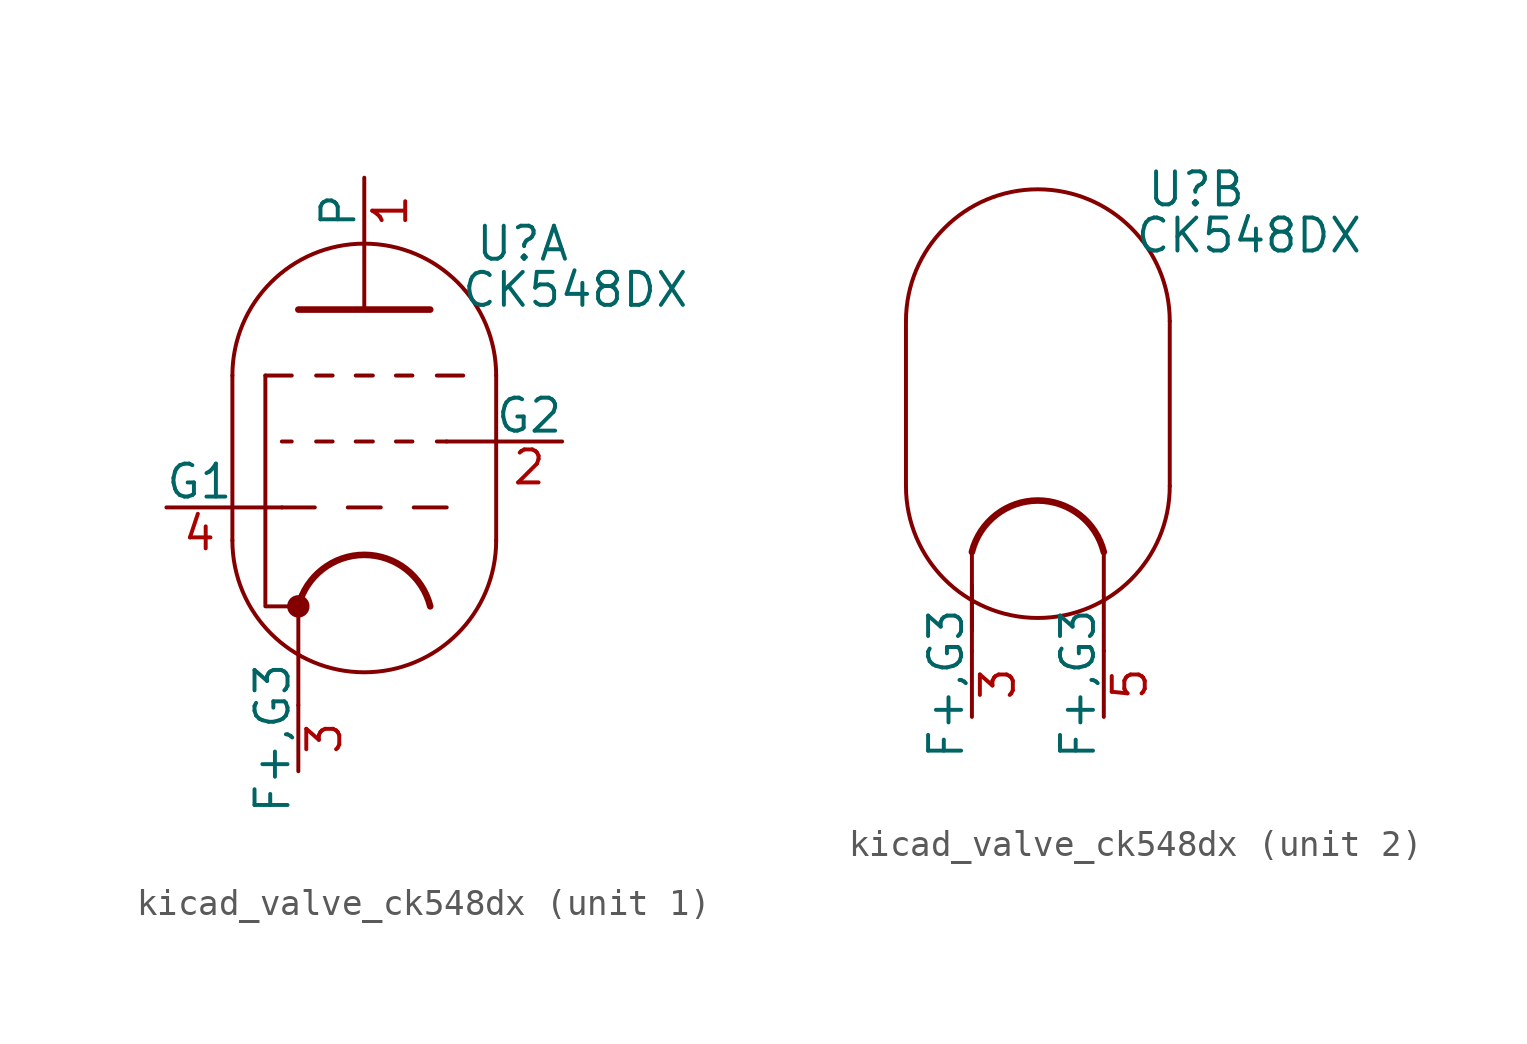
<source format=kicad_sym>
(kicad_symbol_lib
  (version 20220914)
  (generator kicad_symbol_editor)
  (symbol "kicad_valve_ck548dx"
    (pin_names
      (offset 0))
    (property "Reference" "U"
      (at 6.096 10.16 0)
      (effects (font (size 1.27 1.27))))
    (property "Value" "CK548DX"
      (at 8.128 8.382 0)
      (effects (font (size 1.27 1.27))))
    (property "ki_locked" ""
      (at 0 0 0)
      (effects (font (size 1.27 1.27))))
    (symbol "kicad_valve_ck548dx_0_1"
      (arc (start -5.08 -1.27) (mid 0 -6.3279) (end 5.08 -1.27) (stroke (width 0) (type default)) (fill (type none)))
      (polyline (pts (xy -2.54 -7.62) (xy -2.54 -3.81)) (stroke (width 0) (type default)) (fill (type none)))
      (polyline (pts (xy -5.08 5.08) (xy -5.08 -1.27) (xy -5.08 -1.27)) (stroke (width 0) (type default)) (fill (type none)))
      (polyline (pts (xy 5.08 -1.27) (xy 5.08 5.08) (xy 5.08 5.08)) (stroke (width 0) (type default)) (fill (type none)))
      (arc (start 2.54 -3.81) (mid 0 -1.8268) (end -2.54 -3.81) (stroke (width 0.254) (type default)) (fill (type none)))
      (arc (start 5.08 5.08) (mid 0 10.1379) (end -5.08 5.08) (stroke (width 0) (type default)) (fill (type none)))
      (pin power_in line (at -2.54 -10.16 90) (length 2.54) (name "F+,G3" (effects (font (size 1.27 1.27)))) (number "3" (effects (font (size 1.27 1.27))))))
    (symbol "kicad_valve_ck548dx_1_0"
      (polyline (pts (xy -5.08 0) (xy -3.175 0)) (stroke (width 0) (type default)) (fill (type none)))
      (polyline (pts (xy -0.635 0) (xy 0.635 0)) (stroke (width 0.152) (type default)) (fill (type none)))
      (polyline (pts (xy 0 7.62) (xy 0 10.16)) (stroke (width 0) (type default)) (fill (type none)))
      (polyline (pts (xy 1.905 0) (xy 3.175 0)) (stroke (width 0.152) (type default)) (fill (type none)))
      (polyline (pts (xy 3.175 2.54) (xy 5.08 2.54)) (stroke (width 0) (type default)) (fill (type none))))
    (symbol "kicad_valve_ck548dx_1_1"
      (circle (center -2.54 -3.81) (radius 0.356) (stroke (width 0) (type default)) (fill (type outline)))
      (polyline (pts (xy -3.81 5.08) (xy -2.794 5.08)) (stroke (width 0.152) (type default)) (fill (type none)))
      (polyline (pts (xy -3.175 2.54) (xy -2.794 2.54)) (stroke (width 0.152) (type default)) (fill (type none)))
      (polyline (pts (xy -1.905 0) (xy -3.175 0)) (stroke (width 0.152) (type default)) (fill (type none)))
      (polyline (pts (xy -1.854 2.54) (xy -1.219 2.54)) (stroke (width 0.152) (type default)) (fill (type none)))
      (polyline (pts (xy -1.854 5.08) (xy -1.219 5.08)) (stroke (width 0.152) (type default)) (fill (type none)))
      (polyline (pts (xy -0.33 2.54) (xy 0.33 2.54)) (stroke (width 0.152) (type default)) (fill (type none)))
      (polyline (pts (xy -0.33 5.08) (xy 0.33 5.08)) (stroke (width 0.152) (type default)) (fill (type none)))
      (polyline (pts (xy 1.219 2.54) (xy 1.854 2.54)) (stroke (width 0.152) (type default)) (fill (type none)))
      (polyline (pts (xy 1.219 5.08) (xy 1.854 5.08)) (stroke (width 0.152) (type default)) (fill (type none)))
      (polyline (pts (xy 2.794 2.54) (xy 3.175 2.54)) (stroke (width 0.152) (type default)) (fill (type none)))
      (polyline (pts (xy 3.81 5.08) (xy 2.794 5.08)) (stroke (width 0.152) (type default)) (fill (type none)))
      (polyline (pts (xy -3.81 5.08) (xy -3.81 -3.81) (xy -2.54 -3.81)) (stroke (width 0) (type default)) (fill (type none)))
      (polyline (pts (xy -2.54 7.62) (xy 2.54 7.62) (xy 2.54 7.62)) (stroke (width 0.254) (type default)) (fill (type none)))
      (pin output line (at 0 12.7 270) (length 2.54) (name "P" (effects (font (size 1.27 1.27)))) (number "1" (effects (font (size 1.27 1.27)))))
      (pin input line (at 7.62 2.54 180) (length 2.54) (name "G2" (effects (font (size 1.27 1.27)))) (number "2" (effects (font (size 1.27 1.27)))))
      (pin input line (at -7.62 0 0) (length 2.54) (name "G1" (effects (font (size 1.27 1.27)))) (number "4" (effects (font (size 1.27 1.27))))))
    (symbol "kicad_valve_ck548dx_2_1"
      (polyline (pts (xy 2.54 -7.62) (xy 2.54 -3.81)) (stroke (width 0) (type default)) (fill (type none)))
      (polyline (pts (xy -2.54 -6.858) (xy -2.54 -5.08) (xy -2.54 -5.08)) (stroke (width 0) (type default)) (fill (type none)))
      (pin power_in line (at 2.54 -10.16 90) (length 2.54) (name "F+,G3" (effects (font (size 1.27 1.27)))) (number "5" (effects (font (size 1.27 1.27))))))))
</source>
